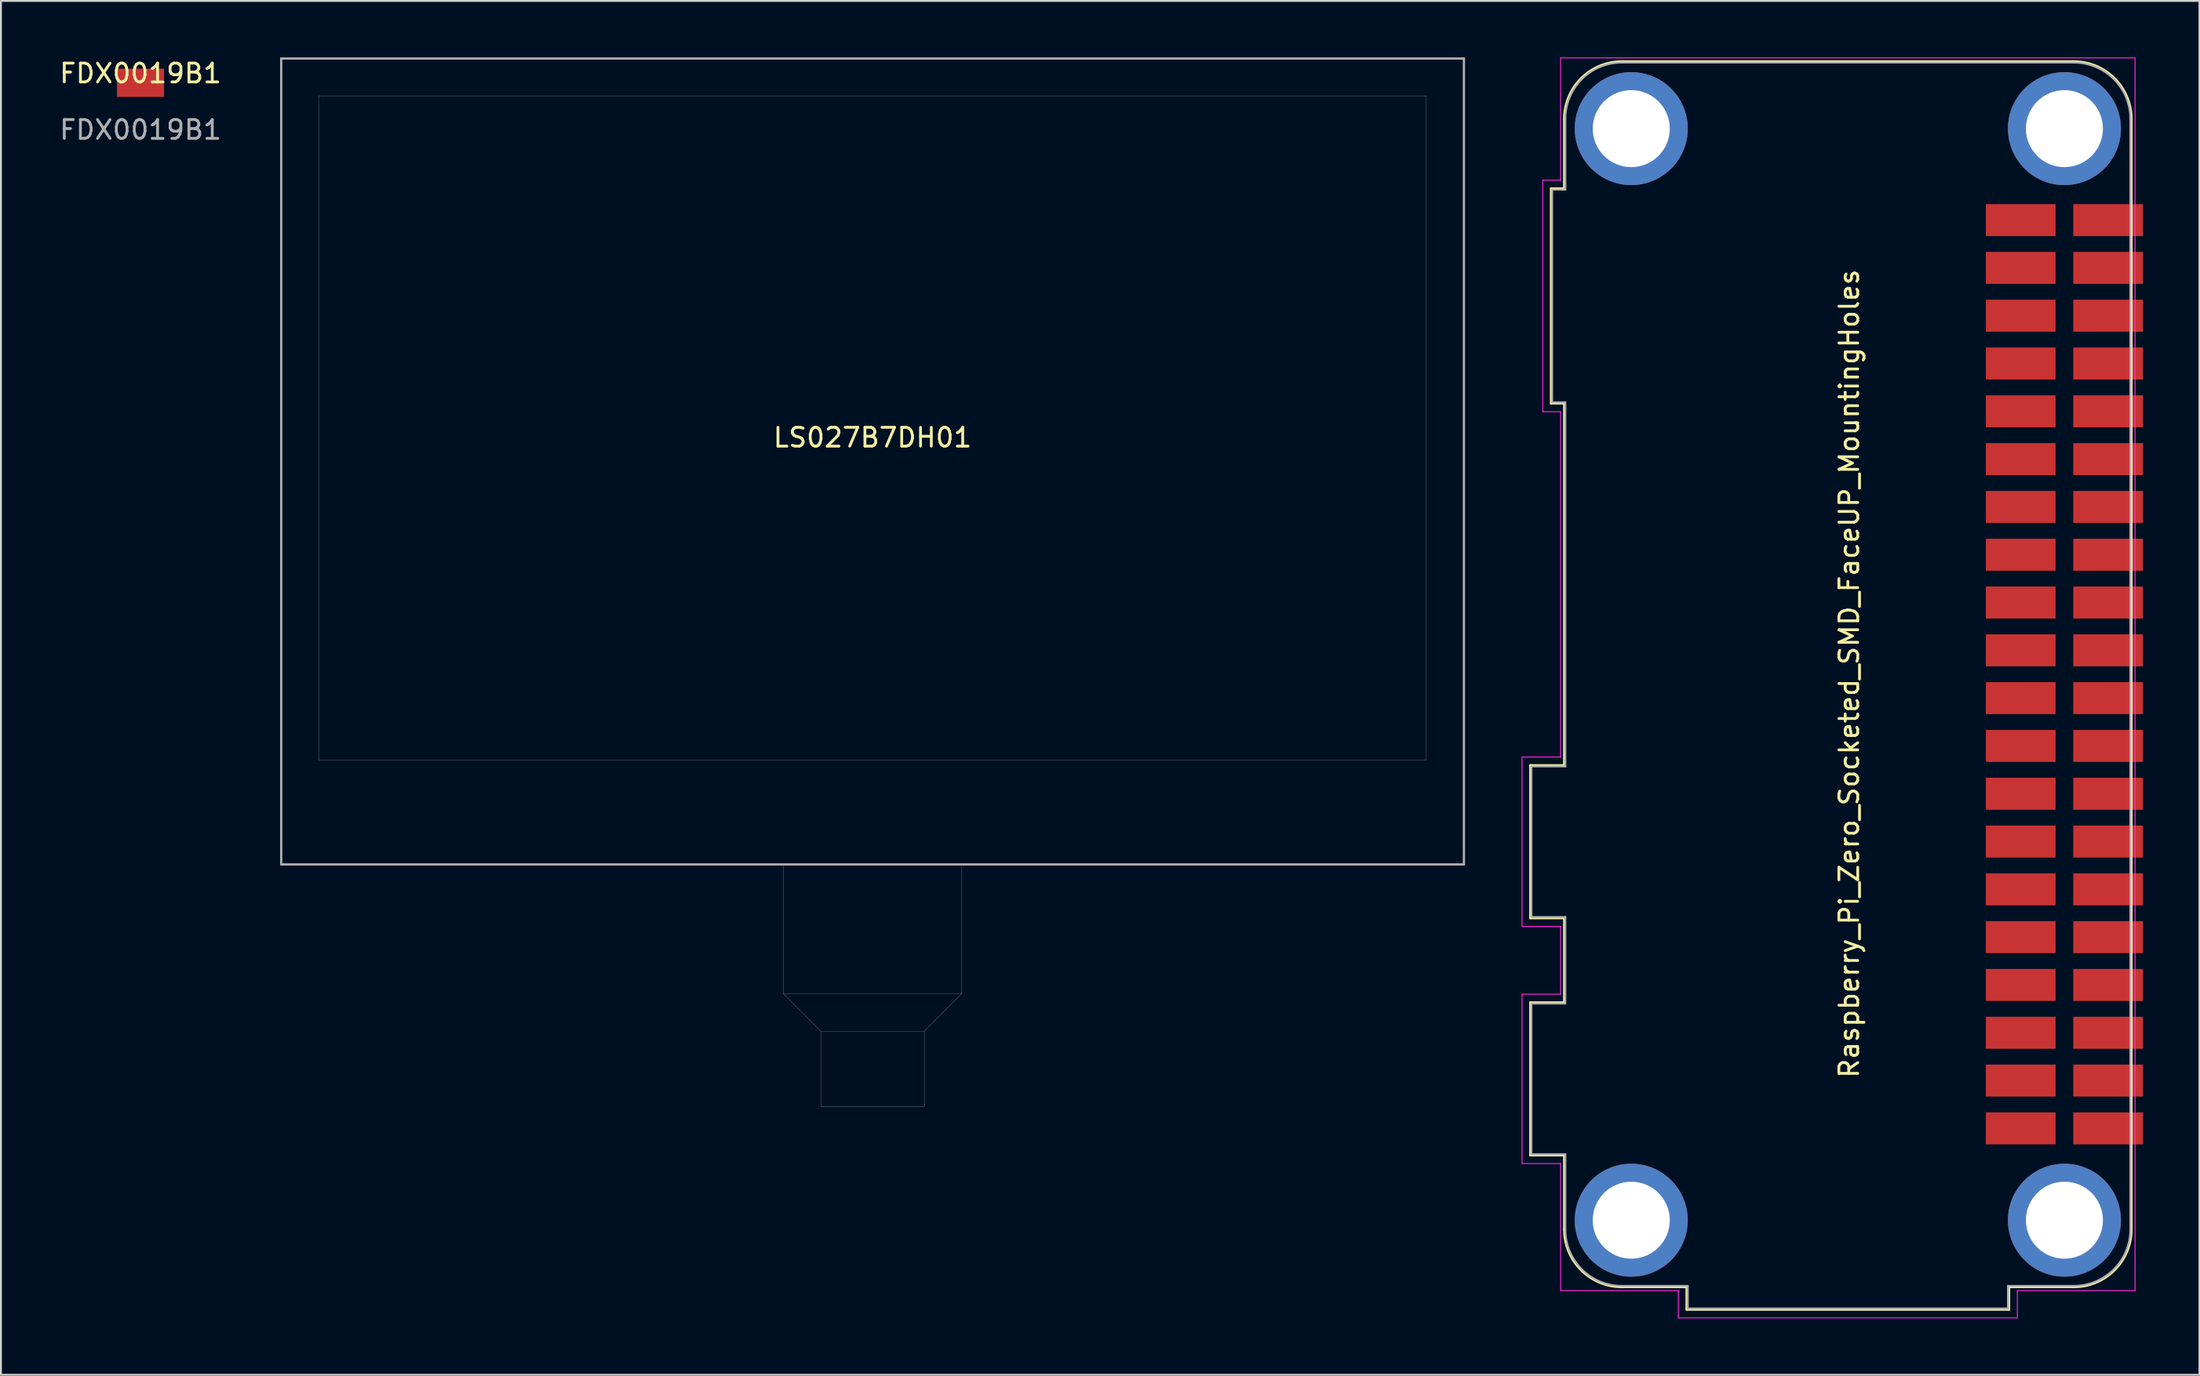
<source format=kicad_pcb>
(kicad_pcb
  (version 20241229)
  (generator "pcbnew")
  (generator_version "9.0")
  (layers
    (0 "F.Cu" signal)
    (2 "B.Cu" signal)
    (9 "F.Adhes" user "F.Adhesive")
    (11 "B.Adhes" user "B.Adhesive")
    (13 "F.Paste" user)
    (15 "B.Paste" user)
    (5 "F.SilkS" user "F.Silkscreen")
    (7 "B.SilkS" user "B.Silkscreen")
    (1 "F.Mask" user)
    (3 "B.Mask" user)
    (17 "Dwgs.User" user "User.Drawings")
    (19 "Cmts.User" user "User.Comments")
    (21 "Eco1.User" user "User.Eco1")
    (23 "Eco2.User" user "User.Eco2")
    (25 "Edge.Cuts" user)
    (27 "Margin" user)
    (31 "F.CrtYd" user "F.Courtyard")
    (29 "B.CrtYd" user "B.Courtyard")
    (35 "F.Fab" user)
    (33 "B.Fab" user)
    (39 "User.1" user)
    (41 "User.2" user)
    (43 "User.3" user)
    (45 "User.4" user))
  (footprint "FDX0019B1"
    (layer "F.Cu")
    (at 4.411 1.348)
    (property "Reference" "FDX0019B1" (at 0 -0.5 0) (unlocked yes) (layer "F.SilkS") (effects (font (size 1 1) (thickness 0.15))))
    (attr smd)
    (fp_text user "${REFERENCE}" (at 0 2.5 0) (unlocked yes) (layer "F.Fab") (effects (font (size 1 1) (thickness 0.15))))
    (pad "1" smd rect (at 0 0) (size 2.5 1.5) (layers "F.Cu" "F.Mask" "F.Paste")))
  (footprint "Raspberry_Pi_Zero_Socketed_SMD_FaceUP_MountingHoles"
    (layer "F.Cu")
    (at 105.296 8.645)
    (property "Reference" "Raspberry_Pi_Zero_Socketed_SMD_FaceUP_MountingHoles" (at -10.16 24.1 90) (layer "F.SilkS") (effects (font (size 1 1) (thickness 0.15))))
    (attr through_hole)
    (fp_line (start -27.09 28.97) (end -25.29 28.97) (stroke (width 0.12) (type solid)) (layer "F.SilkS"))
    (fp_line (start -27.09 37.09) (end -27.09 28.97) (stroke (width 0.12) (type solid)) (layer "F.SilkS"))
    (fp_line (start -27.09 41.57) (end -25.29 41.57) (stroke (width 0.12) (type solid)) (layer "F.SilkS"))
    (fp_line (start -27.09 49.69) (end -27.09 41.57) (stroke (width 0.12) (type solid)) (layer "F.SilkS"))
    (fp_line (start -25.99 -1.68) (end -25.29 -1.68) (stroke (width 0.12) (type solid)) (layer "F.SilkS"))
    (fp_line (start -25.99 9.74) (end -25.99 -1.68) (stroke (width 0.12) (type solid)) (layer "F.SilkS"))
    (fp_line (start -25.29 -1.68) (end -25.29 -5.37) (stroke (width 0.12) (type solid)) (layer "F.SilkS"))
    (fp_line (start -25.29 9.74) (end -25.99 9.74) (stroke (width 0.12) (type solid)) (layer "F.SilkS"))
    (fp_line (start -25.29 28.97) (end -25.29 9.74) (stroke (width 0.12) (type solid)) (layer "F.SilkS"))
    (fp_line (start -25.29 37.09) (end -27.09 37.09) (stroke (width 0.12) (type solid)) (layer "F.SilkS"))
    (fp_line (start -25.29 41.57) (end -25.29 37.09) (stroke (width 0.12) (type solid)) (layer "F.SilkS"))
    (fp_line (start -25.29 49.69) (end -27.09 49.69) (stroke (width 0.12) (type solid)) (layer "F.SilkS"))
    (fp_line (start -25.29 53.63) (end -25.29 49.69) (stroke (width 0.12) (type solid)) (layer "F.SilkS"))
    (fp_line (start -18.79 56.69) (end -22.23 56.69) (stroke (width 0.12) (type solid)) (layer "F.SilkS"))
    (fp_line (start -18.79 57.89) (end -18.79 56.69) (stroke (width 0.12) (type solid)) (layer "F.SilkS"))
    (fp_line (start -1.67 56.69) (end -1.67 57.89) (stroke (width 0.12) (type solid)) (layer "F.SilkS"))
    (fp_line (start -1.67 56.69) (end 1.77 56.69) (stroke (width 0.12) (type solid)) (layer "F.SilkS"))
    (fp_line (start -1.67 57.89) (end -18.79 57.89) (stroke (width 0.12) (type solid)) (layer "F.SilkS"))
    (fp_line (start 1.77 -8.43) (end -22.23 -8.43) (stroke (width 0.12) (type solid)) (layer "F.SilkS"))
    (fp_line (start 4.83 53.63) (end 4.83 -5.37) (stroke (width 0.12) (type solid)) (layer "F.SilkS"))
    (fp_arc (start -25.29 -5.37) (mid -24.393747 -7.533747) (end -22.23 -8.43) (stroke (width 0.12) (type solid)) (layer "F.SilkS"))
    (fp_arc (start -22.23 56.69) (mid -24.393747 55.793747) (end -25.29 53.63) (stroke (width 0.12) (type solid)) (layer "F.SilkS"))
    (fp_arc (start 1.77 -8.43) (mid 3.933747 -7.533747) (end 4.83 -5.37) (stroke (width 0.12) (type solid)) (layer "F.SilkS"))
    (fp_arc (start 4.83 53.63) (mid 3.933747 55.793747) (end 1.77 56.69) (stroke (width 0.12) (type solid)) (layer "F.SilkS"))
    (fp_line (start -27.53 28.53) (end -25.48 28.53) (stroke (width 0.05) (type solid)) (layer "F.CrtYd"))
    (fp_line (start -27.53 37.53) (end -27.53 28.53) (stroke (width 0.05) (type solid)) (layer "F.CrtYd"))
    (fp_line (start -27.53 37.53) (end -25.48 37.53) (stroke (width 0.05) (type solid)) (layer "F.CrtYd"))
    (fp_line (start -27.53 41.13) (end -25.48 41.13) (stroke (width 0.05) (type solid)) (layer "F.CrtYd"))
    (fp_line (start -27.53 50.13) (end -27.53 41.13) (stroke (width 0.05) (type solid)) (layer "F.CrtYd"))
    (fp_line (start -27.53 50.13) (end -25.48 50.13) (stroke (width 0.05) (type solid)) (layer "F.CrtYd"))
    (fp_line (start -26.43 -2.12) (end -26.43 10.18) (stroke (width 0.05) (type solid)) (layer "F.CrtYd"))
    (fp_line (start -26.43 -2.12) (end -25.48 -2.12) (stroke (width 0.05) (type solid)) (layer "F.CrtYd"))
    (fp_line (start -26.43 10.18) (end -25.48 10.18) (stroke (width 0.05) (type solid)) (layer "F.CrtYd"))
    (fp_line (start -25.48 -2.12) (end -25.48 -8.62) (stroke (width 0.05) (type solid)) (layer "F.CrtYd"))
    (fp_line (start -25.48 28.53) (end -25.48 10.18) (stroke (width 0.05) (type solid)) (layer "F.CrtYd"))
    (fp_line (start -25.48 37.53) (end -25.48 41.13) (stroke (width 0.05) (type solid)) (layer "F.CrtYd"))
    (fp_line (start -25.48 50.13) (end -25.48 56.88) (stroke (width 0.05) (type solid)) (layer "F.CrtYd"))
    (fp_line (start -19.23 56.88) (end -25.48 56.88) (stroke (width 0.05) (type solid)) (layer "F.CrtYd"))
    (fp_line (start -19.23 58.33) (end -19.23 56.88) (stroke (width 0.05) (type solid)) (layer "F.CrtYd"))
    (fp_line (start -19.23 58.33) (end -1.23 58.33) (stroke (width 0.05) (type solid)) (layer "F.CrtYd"))
    (fp_line (start -1.23 58.33) (end -1.23 56.88) (stroke (width 0.05) (type solid)) (layer "F.CrtYd"))
    (fp_line (start 5.02 -8.62) (end -25.48 -8.62) (stroke (width 0.05) (type solid)) (layer "F.CrtYd"))
    (fp_line (start 5.02 56.88) (end -1.23 56.88) (stroke (width 0.05) (type solid)) (layer "F.CrtYd"))
    (fp_line (start 5.02 56.88) (end 5.02 -8.62) (stroke (width 0.05) (type solid)) (layer "F.CrtYd"))
    (fp_line (start -27.03 29.03) (end -25.23 29.03) (stroke (width 0.1) (type solid)) (layer "F.Fab"))
    (fp_line (start -27.03 37.03) (end -27.03 29.03) (stroke (width 0.1) (type solid)) (layer "F.Fab"))
    (fp_line (start -27.03 41.63) (end -25.23 41.63) (stroke (width 0.1) (type solid)) (layer "F.Fab"))
    (fp_line (start -27.03 49.63) (end -27.03 41.63) (stroke (width 0.1) (type solid)) (layer "F.Fab"))
    (fp_line (start -25.93 9.68) (end -25.93 -1.62) (stroke (width 0.1) (type solid)) (layer "F.Fab"))
    (fp_line (start -25.23 -1.62) (end -25.93 -1.62) (stroke (width 0.1) (type solid)) (layer "F.Fab"))
    (fp_line (start -25.23 -1.62) (end -25.23 -5.37) (stroke (width 0.1) (type solid)) (layer "F.Fab"))
    (fp_line (start -25.23 9.68) (end -25.93 9.68) (stroke (width 0.1) (type solid)) (layer "F.Fab"))
    (fp_line (start -25.23 29.03) (end -25.23 9.68) (stroke (width 0.1) (type solid)) (layer "F.Fab"))
    (fp_line (start -25.23 37.03) (end -27.03 37.03) (stroke (width 0.1) (type solid)) (layer "F.Fab"))
    (fp_line (start -25.23 41.63) (end -25.23 37.03) (stroke (width 0.1) (type solid)) (layer "F.Fab"))
    (fp_line (start -25.23 49.63) (end -27.03 49.63) (stroke (width 0.1) (type solid)) (layer "F.Fab"))
    (fp_line (start -25.23 49.63) (end -25.23 53.63) (stroke (width 0.1) (type solid)) (layer "F.Fab"))
    (fp_line (start -22.23 56.63) (end -18.73 56.63) (stroke (width 0.1) (type solid)) (layer "F.Fab"))
    (fp_line (start -18.73 56.63) (end -18.73 57.83) (stroke (width 0.1) (type solid)) (layer "F.Fab"))
    (fp_line (start -1.73 56.63) (end -1.73 57.83) (stroke (width 0.1) (type solid)) (layer "F.Fab"))
    (fp_line (start -1.73 57.83) (end -18.73 57.83) (stroke (width 0.1) (type solid)) (layer "F.Fab"))
    (fp_line (start 1.77 -8.37) (end -22.23 -8.37) (stroke (width 0.1) (type solid)) (layer "F.Fab"))
    (fp_line (start 1.77 56.63) (end -1.73 56.63) (stroke (width 0.1) (type solid)) (layer "F.Fab"))
    (fp_line (start 4.77 53.63) (end 4.77 -5.37) (stroke (width 0.1) (type solid)) (layer "F.Fab"))
    (fp_arc (start -25.23 -5.37) (mid -24.35132 -7.49132) (end -22.23 -8.37) (stroke (width 0.1) (type solid)) (layer "F.Fab"))
    (fp_arc (start -22.23 56.63) (mid -24.35132 55.75132) (end -25.23 53.63) (stroke (width 0.1) (type solid)) (layer "F.Fab"))
    (fp_arc (start 1.77 -8.37) (mid 3.89132 -7.49132) (end 4.77 -5.37) (stroke (width 0.1) (type solid)) (layer "F.Fab"))
    (fp_arc (start 4.77 53.63) (mid 3.89132 55.75132) (end 1.77 56.63) (stroke (width 0.1) (type solid)) (layer "F.Fab"))
    (pad "" thru_hole circle (at -21.73 -4.86) (size 6 6) (drill 4.09) (layers "*.Cu" "*.Mask"))
    (pad "" thru_hole circle (at -21.73 53.14) (size 6 6) (drill 4.09) (layers "*.Cu" "*.Mask"))
    (pad "" thru_hole circle (at 1.27 -4.86) (size 6 6) (drill 4.09) (layers "*.Cu" "*.Mask"))
    (pad "" thru_hole circle (at 1.27 53.14) (size 6 6) (drill 4.09) (layers "*.Cu" "*.Mask"))
    (pad "1" smd rect (at -1.05 0) (size 3.7 1.7) (layers "F.Cu" "F.Mask" "F.Paste"))
    (pad "2" smd rect (at 3.59 0) (size 3.7 1.7) (layers "F.Cu" "F.Mask" "F.Paste"))
    (pad "3" smd rect (at -1.05 2.54) (size 3.7 1.7) (layers "F.Cu" "F.Mask" "F.Paste"))
    (pad "4" smd rect (at 3.59 2.54) (size 3.7 1.7) (layers "F.Cu" "F.Mask" "F.Paste"))
    (pad "5" smd rect (at -1.05 5.08) (size 3.7 1.7) (layers "F.Cu" "F.Mask" "F.Paste"))
    (pad "6" smd rect (at 3.59 5.08) (size 3.7 1.7) (layers "F.Cu" "F.Mask" "F.Paste"))
    (pad "7" smd rect (at -1.05 7.62) (size 3.7 1.7) (layers "F.Cu" "F.Mask" "F.Paste"))
    (pad "8" smd rect (at 3.59 7.62) (size 3.7 1.7) (layers "F.Cu" "F.Mask" "F.Paste"))
    (pad "9" smd rect (at -1.05 10.16) (size 3.7 1.7) (layers "F.Cu" "F.Mask" "F.Paste"))
    (pad "10" smd rect (at 3.59 10.16) (size 3.7 1.7) (layers "F.Cu" "F.Mask" "F.Paste"))
    (pad "11" smd rect (at -1.05 12.7) (size 3.7 1.7) (layers "F.Cu" "F.Mask" "F.Paste"))
    (pad "12" smd rect (at 3.59 12.7) (size 3.7 1.7) (layers "F.Cu" "F.Mask" "F.Paste"))
    (pad "13" smd rect (at -1.05 15.24) (size 3.7 1.7) (layers "F.Cu" "F.Mask" "F.Paste"))
    (pad "14" smd rect (at 3.59 15.24) (size 3.7 1.7) (layers "F.Cu" "F.Mask" "F.Paste"))
    (pad "15" smd rect (at -1.05 17.78) (size 3.7 1.7) (layers "F.Cu" "F.Mask" "F.Paste"))
    (pad "16" smd rect (at 3.59 17.78) (size 3.7 1.7) (layers "F.Cu" "F.Mask" "F.Paste"))
    (pad "17" smd rect (at -1.05 20.32) (size 3.7 1.7) (layers "F.Cu" "F.Mask" "F.Paste"))
    (pad "18" smd rect (at 3.59 20.32) (size 3.7 1.7) (layers "F.Cu" "F.Mask" "F.Paste"))
    (pad "19" smd rect (at -1.05 22.86) (size 3.7 1.7) (layers "F.Cu" "F.Mask" "F.Paste"))
    (pad "20" smd rect (at 3.59 22.86) (size 3.7 1.7) (layers "F.Cu" "F.Mask" "F.Paste"))
    (pad "21" smd rect (at -1.05 25.4) (size 3.7 1.7) (layers "F.Cu" "F.Mask" "F.Paste"))
    (pad "22" smd rect (at 3.59 25.4) (size 3.7 1.7) (layers "F.Cu" "F.Mask" "F.Paste"))
    (pad "23" smd rect (at -1.05 27.94) (size 3.7 1.7) (layers "F.Cu" "F.Mask" "F.Paste"))
    (pad "24" smd rect (at 3.59 27.94) (size 3.7 1.7) (layers "F.Cu" "F.Mask" "F.Paste"))
    (pad "25" smd rect (at -1.05 30.48) (size 3.7 1.7) (layers "F.Cu" "F.Mask" "F.Paste"))
    (pad "26" smd rect (at 3.59 30.48) (size 3.7 1.7) (layers "F.Cu" "F.Mask" "F.Paste"))
    (pad "27" smd rect (at -1.05 33.02) (size 3.7 1.7) (layers "F.Cu" "F.Mask" "F.Paste"))
    (pad "28" smd rect (at 3.59 33.02) (size 3.7 1.7) (layers "F.Cu" "F.Mask" "F.Paste"))
    (pad "29" smd rect (at -1.05 35.56) (size 3.7 1.7) (layers "F.Cu" "F.Mask" "F.Paste"))
    (pad "30" smd rect (at 3.59 35.56) (size 3.7 1.7) (layers "F.Cu" "F.Mask" "F.Paste"))
    (pad "31" smd rect (at -1.05 38.1) (size 3.7 1.7) (layers "F.Cu" "F.Mask" "F.Paste"))
    (pad "32" smd rect (at 3.59 38.1) (size 3.7 1.7) (layers "F.Cu" "F.Mask" "F.Paste"))
    (pad "33" smd rect (at -1.05 40.64) (size 3.7 1.7) (layers "F.Cu" "F.Mask" "F.Paste"))
    (pad "34" smd rect (at 3.59 40.64) (size 3.7 1.7) (layers "F.Cu" "F.Mask" "F.Paste"))
    (pad "35" smd rect (at -1.05 43.18) (size 3.7 1.7) (layers "F.Cu" "F.Mask" "F.Paste"))
    (pad "36" smd rect (at 3.59 43.18) (size 3.7 1.7) (layers "F.Cu" "F.Mask" "F.Paste"))
    (pad "37" smd rect (at -1.05 45.72) (size 3.7 1.7) (layers "F.Cu" "F.Mask" "F.Paste"))
    (pad "38" smd rect (at 3.59 45.72) (size 3.7 1.7) (layers "F.Cu" "F.Mask" "F.Paste"))
    (pad "39" smd rect (at -1.05 48.26) (size 3.7 1.7) (layers "F.Cu" "F.Mask" "F.Paste"))
    (pad "40" smd rect (at 3.59 48.26) (size 3.7 1.7) (layers "F.Cu" "F.Mask" "F.Paste")))
  (footprint "LS027B7DH01"
    (layer "F.Cu")
    (at 43.281 19.7)
    (property "Reference" "LS027B7DH01" (at 0 0.5 0) (layer "F.SilkS") (effects (font (size 1 1) (thickness 0.15))))
    (attr through_hole)
    (fp_line (start -4.74 23.18) (end -4.74 23.98) (stroke (width 0.01) (type solid)) (layer "Dwgs.User"))
    (fp_line (start -4.74 23.98) (end -4.74 30.04) (stroke (width 0.01) (type solid)) (layer "Dwgs.User"))
    (fp_line (start -4.74 30.04) (end -2.75 32.04) (stroke (width 0.01) (type solid)) (layer "Dwgs.User"))
    (fp_line (start -4.74 30.04) (end 4.74 30.04) (stroke (width 0.01) (type solid)) (layer "Dwgs.User"))
    (fp_line (start -2.75 32.04) (end -2.75 36.04) (stroke (width 0.01) (type solid)) (layer "Dwgs.User"))
    (fp_line (start -2.75 36.04) (end 2.75 36.04) (stroke (width 0.01) (type solid)) (layer "Dwgs.User"))
    (fp_line (start 2.75 32.04) (end -2.75 32.04) (stroke (width 0.01) (type solid)) (layer "Dwgs.User"))
    (fp_line (start 2.75 32.04) (end 4.74 30.04) (stroke (width 0.01) (type solid)) (layer "Dwgs.User"))
    (fp_line (start 2.75 36.04) (end 2.75 32.04) (stroke (width 0.01) (type solid)) (layer "Dwgs.User"))
    (fp_line (start 4.74 23.18) (end 4.74 23.98) (stroke (width 0.01) (type solid)) (layer "Dwgs.User"))
    (fp_line (start 4.74 23.98) (end 4.74 30.04) (stroke (width 0.01) (type solid)) (layer "Dwgs.User"))
    (fp_line (start -31.4 -19.64) (end -31.4 23.18) (stroke (width 0.12) (type solid)) (layer "F.Fab"))
    (fp_line (start -31.4 -19.64) (end 31.4 -19.64) (stroke (width 0.12) (type solid)) (layer "F.Fab"))
    (fp_line (start -31.4 23.18) (end 31.4 23.18) (stroke (width 0.12) (type solid)) (layer "F.Fab"))
    (fp_line (start -29.4 -17.64) (end 29.4 -17.64) (stroke (width 0.01) (type solid)) (layer "F.Fab"))
    (fp_line (start -29.4 17.64) (end -29.4 -17.64) (stroke (width 0.01) (type solid)) (layer "F.Fab"))
    (fp_line (start -29.4 17.64) (end 29.4 17.64) (stroke (width 0.01) (type solid)) (layer "F.Fab"))
    (fp_line (start 29.4 -17.64) (end 29.4 17.64) (stroke (width 0.01) (type solid)) (layer "F.Fab"))
    (fp_line (start 31.4 -19.64) (end 31.4 23.18) (stroke (width 0.12) (type solid)) (layer "F.Fab")))
  (gr_rect
    (start -3 -3)
    (end 113.736 70)
    (stroke (width 0.1) (type default))
    (fill no)
    (layer "Edge.Cuts")))
</source>
